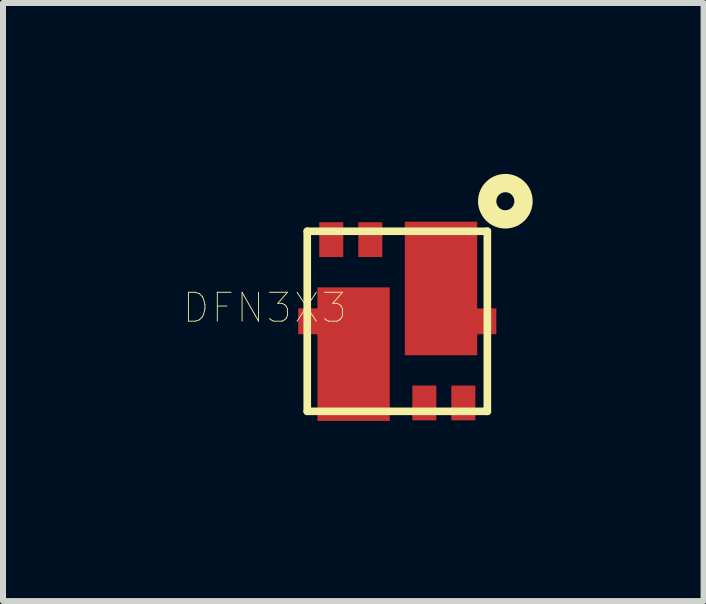
<source format=kicad_pcb>
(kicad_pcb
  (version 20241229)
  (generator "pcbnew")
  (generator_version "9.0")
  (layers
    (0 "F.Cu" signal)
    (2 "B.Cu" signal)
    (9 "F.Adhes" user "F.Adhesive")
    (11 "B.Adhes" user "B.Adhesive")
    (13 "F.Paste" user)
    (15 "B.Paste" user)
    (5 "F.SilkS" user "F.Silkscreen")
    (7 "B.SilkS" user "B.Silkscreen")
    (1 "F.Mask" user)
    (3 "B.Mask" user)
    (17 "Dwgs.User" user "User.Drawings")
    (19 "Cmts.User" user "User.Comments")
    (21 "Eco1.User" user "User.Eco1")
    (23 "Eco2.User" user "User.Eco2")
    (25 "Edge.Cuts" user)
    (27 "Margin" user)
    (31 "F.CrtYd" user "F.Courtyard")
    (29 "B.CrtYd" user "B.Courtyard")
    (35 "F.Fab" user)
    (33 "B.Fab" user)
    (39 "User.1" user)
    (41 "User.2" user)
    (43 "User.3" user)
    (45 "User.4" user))
  (footprint "DFN3X3"
    (layer "F.Cu")
    (at 3.568 2.302)
    (property "Reference" "DFN3X3" (at -2.208 -0.224 180) (layer "F.SilkS") (effects (font (size 0.481 0.481) (thickness 0.015))))
    (attr through_hole)
    (fp_line (start -1.5 -1.5) (end -1.5 1.5) (stroke (width 0.127) (type solid)) (layer "F.SilkS"))
    (fp_line (start -1.5 1.5) (end 1.5 1.5) (stroke (width 0.127) (type solid)) (layer "F.SilkS"))
    (fp_line (start 1.5 -1.5) (end -1.5 -1.5) (stroke (width 0.127) (type solid)) (layer "F.SilkS"))
    (fp_line (start 1.5 1.5) (end 1.5 -1.5) (stroke (width 0.127) (type solid)) (layer "F.SilkS"))
    (fp_circle (center 1.8 -2) (end 1.95 -2) (stroke (width 0.305) (type solid)) (fill no) (layer "F.SilkS"))
    (pad "D1" smd rect (at 0.728 -0.547) (size 1.205 2.225) (layers "F.Cu" "F.Mask" "F.Paste"))
    (pad "D1A" smd rect (at 1.465 0) (size 0.37 0.43) (layers "F.Cu" "F.Mask" "F.Paste"))
    (pad "D2" smd rect (at -0.728 0.547) (size 1.205 2.225) (layers "F.Cu" "F.Mask" "F.Paste"))
    (pad "D2A" smd rect (at -1.465 0) (size 0.37 0.43) (layers "F.Cu" "F.Mask" "F.Paste"))
    (pad "G1" smd rect (at 1.1 1.36) (size 0.4 0.58) (layers "F.Cu" "F.Mask" "F.Paste"))
    (pad "G2" smd rect (at -1.1 -1.36) (size 0.4 0.58) (layers "F.Cu" "F.Mask" "F.Paste"))
    (pad "S1" smd rect (at 0.45 1.36) (size 0.4 0.58) (layers "F.Cu" "F.Mask" "F.Paste"))
    (pad "S2" smd rect (at -0.45 -1.36) (size 0.4 0.58) (layers "F.Cu" "F.Mask" "F.Paste")))
  (gr_rect
    (start -3 -3)
    (end 8.67 6.962)
    (stroke (width 0.1) (type default))
    (fill no)
    (layer "Edge.Cuts")))
</source>
